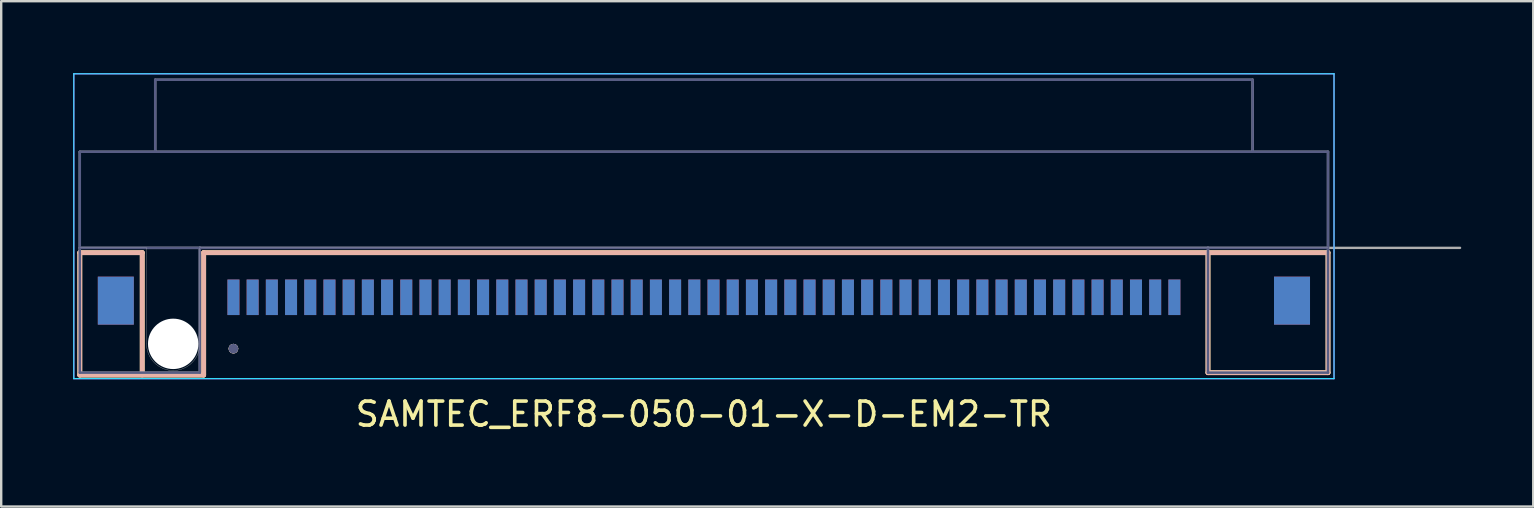
<source format=kicad_pcb>
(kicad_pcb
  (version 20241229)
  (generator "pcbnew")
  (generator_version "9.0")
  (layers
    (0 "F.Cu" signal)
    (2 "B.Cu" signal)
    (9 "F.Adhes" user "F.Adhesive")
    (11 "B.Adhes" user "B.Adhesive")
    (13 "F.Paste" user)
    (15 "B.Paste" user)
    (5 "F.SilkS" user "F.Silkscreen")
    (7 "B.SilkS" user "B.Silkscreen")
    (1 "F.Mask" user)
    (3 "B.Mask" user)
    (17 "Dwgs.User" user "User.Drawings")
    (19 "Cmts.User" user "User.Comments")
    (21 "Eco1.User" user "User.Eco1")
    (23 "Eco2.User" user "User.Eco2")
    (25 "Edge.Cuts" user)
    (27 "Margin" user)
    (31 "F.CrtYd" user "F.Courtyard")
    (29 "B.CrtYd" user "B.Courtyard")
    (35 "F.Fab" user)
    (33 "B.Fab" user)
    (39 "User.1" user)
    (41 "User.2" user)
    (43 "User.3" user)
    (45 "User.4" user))
  (footprint "SAMTEC_ERF8-050-01-X-D-EM2-TR"
    (layer "F.Cu")
    (at 26.275 7.275)
    (property "Reference" "SAMTEC_ERF8-050-01-X-D-EM2-TR" (at 0 6.928 0) (layer "F.SilkS") (effects (font (size 1 1) (thickness 0.15))))
    (attr through_hole)
    (fp_line (start -26 0.2) (end -23.4 0.2) (stroke (width 0.2) (type solid)) (layer "F.SilkS"))
    (fp_line (start -26 5.3) (end -26 0.2) (stroke (width 0.2) (type solid)) (layer "F.SilkS"))
    (fp_line (start -23.4 0.2) (end -23.4 5.2) (stroke (width 0.2) (type solid)) (layer "F.SilkS"))
    (fp_line (start -20.84 0.2) (end -20.84 5.3) (stroke (width 0.2) (type solid)) (layer "F.SilkS"))
    (fp_line (start -20.84 0.2) (end 21 0.2) (stroke (width 0.2) (type solid)) (layer "F.SilkS"))
    (fp_line (start -20.84 5.3) (end -26 5.3) (stroke (width 0.2) (type solid)) (layer "F.SilkS"))
    (fp_line (start 21 0.2) (end 26 0.2) (stroke (width 0.2) (type solid)) (layer "F.SilkS"))
    (fp_line (start 21 5.2) (end 21 0.2) (stroke (width 0.2) (type solid)) (layer "F.SilkS"))
    (fp_line (start 26 0.2) (end 26 5.2) (stroke (width 0.2) (type solid)) (layer "F.SilkS"))
    (fp_line (start 26 5.2) (end 21 5.2) (stroke (width 0.2) (type solid)) (layer "F.SilkS"))
    (fp_circle (center -19.6 4.2) (end -19.5 4.2) (stroke (width 0.2) (type solid)) (fill no) (layer "F.SilkS"))
    (fp_line (start -26 0.2) (end -23.4 0.2) (stroke (width 0.2) (type solid)) (layer "B.SilkS"))
    (fp_line (start -26 5.3) (end -26 0.2) (stroke (width 0.2) (type solid)) (layer "B.SilkS"))
    (fp_line (start -23.4 0.2) (end -23.4 5.3) (stroke (width 0.2) (type solid)) (layer "B.SilkS"))
    (fp_line (start -20.85 5.3) (end -26 5.3) (stroke (width 0.2) (type solid)) (layer "B.SilkS"))
    (fp_line (start -20.84 0.2) (end -20.84 5.3) (stroke (width 0.2) (type solid)) (layer "B.SilkS"))
    (fp_line (start -20.84 0.2) (end 21 0.2) (stroke (width 0.2) (type solid)) (layer "B.SilkS"))
    (fp_line (start 21 0.2) (end 26 0.2) (stroke (width 0.2) (type solid)) (layer "B.SilkS"))
    (fp_line (start 21 5.2) (end 21 0.2) (stroke (width 0.2) (type solid)) (layer "B.SilkS"))
    (fp_line (start 26 0.2) (end 26 5.2) (stroke (width 0.2) (type solid)) (layer "B.SilkS"))
    (fp_line (start 26 5.2) (end 21 5.2) (stroke (width 0.2) (type solid)) (layer "B.SilkS"))
    (fp_circle (center -19.6 4.2) (end -19.5 4.2) (stroke (width 0.2) (type solid)) (fill no) (layer "B.SilkS"))
    (fp_poly (pts (xy -19.6 1.97) (xy -19.42 2.23) (xy -19.42 3.5) (xy -19.78 3.5) (xy -19.78 2.23)) (stroke (width 0.01) (type solid)) (fill yes) (layer "F.Paste"))
    (fp_poly (pts (xy -18.8 1.97) (xy -18.62 2.23) (xy -18.62 3.5) (xy -18.98 3.5) (xy -18.98 2.23)) (stroke (width 0.01) (type solid)) (fill yes) (layer "F.Paste"))
    (fp_poly (pts (xy -18 1.97) (xy -17.82 2.23) (xy -17.82 3.5) (xy -18.18 3.5) (xy -18.18 2.23)) (stroke (width 0.01) (type solid)) (fill yes) (layer "F.Paste"))
    (fp_poly (pts (xy -17.2 1.97) (xy -17.02 2.23) (xy -17.02 3.5) (xy -17.38 3.5) (xy -17.38 2.23)) (stroke (width 0.01) (type solid)) (fill yes) (layer "F.Paste"))
    (fp_poly (pts (xy -16.4 1.97) (xy -16.22 2.23) (xy -16.22 3.5) (xy -16.58 3.5) (xy -16.58 2.23)) (stroke (width 0.01) (type solid)) (fill yes) (layer "F.Paste"))
    (fp_poly (pts (xy -15.6 1.97) (xy -15.42 2.23) (xy -15.42 3.5) (xy -15.78 3.5) (xy -15.78 2.23)) (stroke (width 0.01) (type solid)) (fill yes) (layer "F.Paste"))
    (fp_poly (pts (xy -14.8 1.97) (xy -14.62 2.23) (xy -14.62 3.5) (xy -14.98 3.5) (xy -14.98 2.23)) (stroke (width 0.01) (type solid)) (fill yes) (layer "F.Paste"))
    (fp_poly (pts (xy -14 1.97) (xy -13.82 2.23) (xy -13.82 3.5) (xy -14.18 3.5) (xy -14.18 2.23)) (stroke (width 0.01) (type solid)) (fill yes) (layer "F.Paste"))
    (fp_poly (pts (xy -13.2 1.97) (xy -13.02 2.23) (xy -13.02 3.5) (xy -13.38 3.5) (xy -13.38 2.23)) (stroke (width 0.01) (type solid)) (fill yes) (layer "F.Paste"))
    (fp_poly (pts (xy -12.4 1.97) (xy -12.22 2.23) (xy -12.22 3.5) (xy -12.58 3.5) (xy -12.58 2.23)) (stroke (width 0.01) (type solid)) (fill yes) (layer "F.Paste"))
    (fp_poly (pts (xy -11.6 1.97) (xy -11.42 2.23) (xy -11.42 3.5) (xy -11.78 3.5) (xy -11.78 2.23)) (stroke (width 0.01) (type solid)) (fill yes) (layer "F.Paste"))
    (fp_poly (pts (xy -10.8 1.97) (xy -10.62 2.23) (xy -10.62 3.5) (xy -10.98 3.5) (xy -10.98 2.23)) (stroke (width 0.01) (type solid)) (fill yes) (layer "F.Paste"))
    (fp_poly (pts (xy -10 1.97) (xy -9.82 2.23) (xy -9.82 3.5) (xy -10.18 3.5) (xy -10.18 2.23)) (stroke (width 0.01) (type solid)) (fill yes) (layer "F.Paste"))
    (fp_poly (pts (xy -9.2 1.97) (xy -9.02 2.23) (xy -9.02 3.5) (xy -9.38 3.5) (xy -9.38 2.23)) (stroke (width 0.01) (type solid)) (fill yes) (layer "F.Paste"))
    (fp_poly (pts (xy -8.4 1.97) (xy -8.22 2.23) (xy -8.22 3.5) (xy -8.58 3.5) (xy -8.58 2.23)) (stroke (width 0.01) (type solid)) (fill yes) (layer "F.Paste"))
    (fp_poly (pts (xy -7.6 1.97) (xy -7.42 2.23) (xy -7.42 3.5) (xy -7.78 3.5) (xy -7.78 2.23)) (stroke (width 0.01) (type solid)) (fill yes) (layer "F.Paste"))
    (fp_poly (pts (xy -6.8 1.97) (xy -6.62 2.23) (xy -6.62 3.5) (xy -6.98 3.5) (xy -6.98 2.23)) (stroke (width 0.01) (type solid)) (fill yes) (layer "F.Paste"))
    (fp_poly (pts (xy -6 1.97) (xy -5.82 2.23) (xy -5.82 3.5) (xy -6.18 3.5) (xy -6.18 2.23)) (stroke (width 0.01) (type solid)) (fill yes) (layer "F.Paste"))
    (fp_poly (pts (xy -5.2 1.97) (xy -5.02 2.23) (xy -5.02 3.5) (xy -5.38 3.5) (xy -5.38 2.23)) (stroke (width 0.01) (type solid)) (fill yes) (layer "F.Paste"))
    (fp_poly (pts (xy -4.4 1.97) (xy -4.22 2.23) (xy -4.22 3.5) (xy -4.58 3.5) (xy -4.58 2.23)) (stroke (width 0.01) (type solid)) (fill yes) (layer "F.Paste"))
    (fp_poly (pts (xy -3.6 1.97) (xy -3.42 2.23) (xy -3.42 3.5) (xy -3.78 3.5) (xy -3.78 2.23)) (stroke (width 0.01) (type solid)) (fill yes) (layer "F.Paste"))
    (fp_poly (pts (xy -2.8 1.97) (xy -2.62 2.23) (xy -2.62 3.5) (xy -2.98 3.5) (xy -2.98 2.23)) (stroke (width 0.01) (type solid)) (fill yes) (layer "F.Paste"))
    (fp_poly (pts (xy -2 1.97) (xy -1.82 2.23) (xy -1.82 3.5) (xy -2.18 3.5) (xy -2.18 2.23)) (stroke (width 0.01) (type solid)) (fill yes) (layer "F.Paste"))
    (fp_poly (pts (xy -1.2 1.97) (xy -1.02 2.23) (xy -1.02 3.5) (xy -1.38 3.5) (xy -1.38 2.23)) (stroke (width 0.01) (type solid)) (fill yes) (layer "F.Paste"))
    (fp_poly (pts (xy -0.4 1.97) (xy -0.22 2.23) (xy -0.22 3.5) (xy -0.58 3.5) (xy -0.58 2.23)) (stroke (width 0.01) (type solid)) (fill yes) (layer "F.Paste"))
    (fp_poly (pts (xy 0.4 1.97) (xy 0.58 2.23) (xy 0.58 3.5) (xy 0.22 3.5) (xy 0.22 2.23)) (stroke (width 0.01) (type solid)) (fill yes) (layer "F.Paste"))
    (fp_poly (pts (xy 1.2 1.97) (xy 1.38 2.23) (xy 1.38 3.5) (xy 1.02 3.5) (xy 1.02 2.23)) (stroke (width 0.01) (type solid)) (fill yes) (layer "F.Paste"))
    (fp_poly (pts (xy 2 1.97) (xy 2.18 2.23) (xy 2.18 3.5) (xy 1.82 3.5) (xy 1.82 2.23)) (stroke (width 0.01) (type solid)) (fill yes) (layer "F.Paste"))
    (fp_poly (pts (xy 2.8 1.97) (xy 2.98 2.23) (xy 2.98 3.5) (xy 2.62 3.5) (xy 2.62 2.23)) (stroke (width 0.01) (type solid)) (fill yes) (layer "F.Paste"))
    (fp_poly (pts (xy 3.6 1.97) (xy 3.78 2.23) (xy 3.78 3.5) (xy 3.42 3.5) (xy 3.42 2.23)) (stroke (width 0.01) (type solid)) (fill yes) (layer "F.Paste"))
    (fp_poly (pts (xy 4.4 1.97) (xy 4.58 2.23) (xy 4.58 3.5) (xy 4.22 3.5) (xy 4.22 2.23)) (stroke (width 0.01) (type solid)) (fill yes) (layer "F.Paste"))
    (fp_poly (pts (xy 5.2 1.97) (xy 5.38 2.23) (xy 5.38 3.5) (xy 5.02 3.5) (xy 5.02 2.23)) (stroke (width 0.01) (type solid)) (fill yes) (layer "F.Paste"))
    (fp_poly (pts (xy 6 1.97) (xy 6.18 2.23) (xy 6.18 3.5) (xy 5.82 3.5) (xy 5.82 2.23)) (stroke (width 0.01) (type solid)) (fill yes) (layer "F.Paste"))
    (fp_poly (pts (xy 6.8 1.97) (xy 6.98 2.23) (xy 6.98 3.5) (xy 6.62 3.5) (xy 6.62 2.23)) (stroke (width 0.01) (type solid)) (fill yes) (layer "F.Paste"))
    (fp_poly (pts (xy 7.6 1.97) (xy 7.78 2.23) (xy 7.78 3.5) (xy 7.42 3.5) (xy 7.42 2.23)) (stroke (width 0.01) (type solid)) (fill yes) (layer "F.Paste"))
    (fp_poly (pts (xy 8.4 1.97) (xy 8.58 2.23) (xy 8.58 3.5) (xy 8.22 3.5) (xy 8.22 2.23)) (stroke (width 0.01) (type solid)) (fill yes) (layer "F.Paste"))
    (fp_poly (pts (xy 9.2 1.97) (xy 9.38 2.23) (xy 9.38 3.5) (xy 9.02 3.5) (xy 9.02 2.23)) (stroke (width 0.01) (type solid)) (fill yes) (layer "F.Paste"))
    (fp_poly (pts (xy 10 1.97) (xy 10.18 2.23) (xy 10.18 3.5) (xy 9.82 3.5) (xy 9.82 2.23)) (stroke (width 0.01) (type solid)) (fill yes) (layer "F.Paste"))
    (fp_poly (pts (xy 10.8 1.97) (xy 10.98 2.23) (xy 10.98 3.5) (xy 10.62 3.5) (xy 10.62 2.23)) (stroke (width 0.01) (type solid)) (fill yes) (layer "F.Paste"))
    (fp_poly (pts (xy 11.6 1.97) (xy 11.78 2.23) (xy 11.78 3.5) (xy 11.42 3.5) (xy 11.42 2.23)) (stroke (width 0.01) (type solid)) (fill yes) (layer "F.Paste"))
    (fp_poly (pts (xy 12.4 1.97) (xy 12.58 2.23) (xy 12.58 3.5) (xy 12.22 3.5) (xy 12.22 2.23)) (stroke (width 0.01) (type solid)) (fill yes) (layer "F.Paste"))
    (fp_poly (pts (xy 13.2 1.97) (xy 13.38 2.23) (xy 13.38 3.5) (xy 13.02 3.5) (xy 13.02 2.23)) (stroke (width 0.01) (type solid)) (fill yes) (layer "F.Paste"))
    (fp_poly (pts (xy 14 1.97) (xy 14.18 2.23) (xy 14.18 3.5) (xy 13.82 3.5) (xy 13.82 2.23)) (stroke (width 0.01) (type solid)) (fill yes) (layer "F.Paste"))
    (fp_poly (pts (xy 14.8 1.97) (xy 14.98 2.23) (xy 14.98 3.5) (xy 14.62 3.5) (xy 14.62 2.23)) (stroke (width 0.01) (type solid)) (fill yes) (layer "F.Paste"))
    (fp_poly (pts (xy 15.6 1.97) (xy 15.78 2.23) (xy 15.78 3.5) (xy 15.42 3.5) (xy 15.42 2.23)) (stroke (width 0.01) (type solid)) (fill yes) (layer "F.Paste"))
    (fp_poly (pts (xy 16.4 1.97) (xy 16.58 2.23) (xy 16.58 3.5) (xy 16.22 3.5) (xy 16.22 2.23)) (stroke (width 0.01) (type solid)) (fill yes) (layer "F.Paste"))
    (fp_poly (pts (xy 17.2 1.97) (xy 17.38 2.23) (xy 17.38 3.5) (xy 17.02 3.5) (xy 17.02 2.23)) (stroke (width 0.01) (type solid)) (fill yes) (layer "F.Paste"))
    (fp_poly (pts (xy 18 1.97) (xy 18.18 2.23) (xy 18.18 3.5) (xy 17.82 3.5) (xy 17.82 2.23)) (stroke (width 0.01) (type solid)) (fill yes) (layer "F.Paste"))
    (fp_poly (pts (xy 18.8 1.97) (xy 18.98 2.23) (xy 18.98 3.5) (xy 18.62 3.5) (xy 18.62 2.23)) (stroke (width 0.01) (type solid)) (fill yes) (layer "F.Paste"))
    (fp_poly (pts (xy 19.6 1.97) (xy 19.78 2.23) (xy 19.78 3.5) (xy 19.42 3.5) (xy 19.42 2.23)) (stroke (width 0.01) (type solid)) (fill yes) (layer "F.Paste"))
    (fp_poly (pts (xy -19.6 1.97) (xy -19.42 2.23) (xy -19.42 3.5) (xy -19.78 3.5) (xy -19.78 2.23)) (stroke (width 0.01) (type solid)) (fill yes) (layer "B.Paste"))
    (fp_poly (pts (xy -18.8 1.97) (xy -18.62 2.23) (xy -18.62 3.5) (xy -18.98 3.5) (xy -18.98 2.23)) (stroke (width 0.01) (type solid)) (fill yes) (layer "B.Paste"))
    (fp_poly (pts (xy -18 1.97) (xy -17.82 2.23) (xy -17.82 3.5) (xy -18.18 3.5) (xy -18.18 2.23)) (stroke (width 0.01) (type solid)) (fill yes) (layer "B.Paste"))
    (fp_poly (pts (xy -17.2 1.97) (xy -17.02 2.23) (xy -17.02 3.5) (xy -17.38 3.5) (xy -17.38 2.23)) (stroke (width 0.01) (type solid)) (fill yes) (layer "B.Paste"))
    (fp_poly (pts (xy -16.4 1.97) (xy -16.22 2.23) (xy -16.22 3.5) (xy -16.58 3.5) (xy -16.58 2.23)) (stroke (width 0.01) (type solid)) (fill yes) (layer "B.Paste"))
    (fp_poly (pts (xy -15.6 1.97) (xy -15.42 2.23) (xy -15.42 3.5) (xy -15.78 3.5) (xy -15.78 2.23)) (stroke (width 0.01) (type solid)) (fill yes) (layer "B.Paste"))
    (fp_poly (pts (xy -14.8 1.97) (xy -14.62 2.23) (xy -14.62 3.5) (xy -14.98 3.5) (xy -14.98 2.23)) (stroke (width 0.01) (type solid)) (fill yes) (layer "B.Paste"))
    (fp_poly (pts (xy -14 1.97) (xy -13.82 2.23) (xy -13.82 3.5) (xy -14.18 3.5) (xy -14.18 2.23)) (stroke (width 0.01) (type solid)) (fill yes) (layer "B.Paste"))
    (fp_poly (pts (xy -13.2 1.97) (xy -13.02 2.23) (xy -13.02 3.5) (xy -13.38 3.5) (xy -13.38 2.23)) (stroke (width 0.01) (type solid)) (fill yes) (layer "B.Paste"))
    (fp_poly (pts (xy -12.4 1.97) (xy -12.22 2.23) (xy -12.22 3.5) (xy -12.58 3.5) (xy -12.58 2.23)) (stroke (width 0.01) (type solid)) (fill yes) (layer "B.Paste"))
    (fp_poly (pts (xy -11.6 1.97) (xy -11.42 2.23) (xy -11.42 3.5) (xy -11.78 3.5) (xy -11.78 2.23)) (stroke (width 0.01) (type solid)) (fill yes) (layer "B.Paste"))
    (fp_poly (pts (xy -10.8 1.97) (xy -10.62 2.23) (xy -10.62 3.5) (xy -10.98 3.5) (xy -10.98 2.23)) (stroke (width 0.01) (type solid)) (fill yes) (layer "B.Paste"))
    (fp_poly (pts (xy -10 1.97) (xy -9.82 2.23) (xy -9.82 3.5) (xy -10.18 3.5) (xy -10.18 2.23)) (stroke (width 0.01) (type solid)) (fill yes) (layer "B.Paste"))
    (fp_poly (pts (xy -9.2 1.97) (xy -9.02 2.23) (xy -9.02 3.5) (xy -9.38 3.5) (xy -9.38 2.23)) (stroke (width 0.01) (type solid)) (fill yes) (layer "B.Paste"))
    (fp_poly (pts (xy -8.4 1.97) (xy -8.22 2.23) (xy -8.22 3.5) (xy -8.58 3.5) (xy -8.58 2.23)) (stroke (width 0.01) (type solid)) (fill yes) (layer "B.Paste"))
    (fp_poly (pts (xy -7.6 1.97) (xy -7.42 2.23) (xy -7.42 3.5) (xy -7.78 3.5) (xy -7.78 2.23)) (stroke (width 0.01) (type solid)) (fill yes) (layer "B.Paste"))
    (fp_poly (pts (xy -6.8 1.97) (xy -6.62 2.23) (xy -6.62 3.5) (xy -6.98 3.5) (xy -6.98 2.23)) (stroke (width 0.01) (type solid)) (fill yes) (layer "B.Paste"))
    (fp_poly (pts (xy -6 1.97) (xy -5.82 2.23) (xy -5.82 3.5) (xy -6.18 3.5) (xy -6.18 2.23)) (stroke (width 0.01) (type solid)) (fill yes) (layer "B.Paste"))
    (fp_poly (pts (xy -5.2 1.97) (xy -5.02 2.23) (xy -5.02 3.5) (xy -5.38 3.5) (xy -5.38 2.23)) (stroke (width 0.01) (type solid)) (fill yes) (layer "B.Paste"))
    (fp_poly (pts (xy -4.4 1.97) (xy -4.22 2.23) (xy -4.22 3.5) (xy -4.58 3.5) (xy -4.58 2.23)) (stroke (width 0.01) (type solid)) (fill yes) (layer "B.Paste"))
    (fp_poly (pts (xy -3.6 1.97) (xy -3.42 2.23) (xy -3.42 3.5) (xy -3.78 3.5) (xy -3.78 2.23)) (stroke (width 0.01) (type solid)) (fill yes) (layer "B.Paste"))
    (fp_poly (pts (xy -2.8 1.97) (xy -2.62 2.23) (xy -2.62 3.5) (xy -2.98 3.5) (xy -2.98 2.23)) (stroke (width 0.01) (type solid)) (fill yes) (layer "B.Paste"))
    (fp_poly (pts (xy -2 1.97) (xy -1.82 2.23) (xy -1.82 3.5) (xy -2.18 3.5) (xy -2.18 2.23)) (stroke (width 0.01) (type solid)) (fill yes) (layer "B.Paste"))
    (fp_poly (pts (xy -1.2 1.97) (xy -1.02 2.23) (xy -1.02 3.5) (xy -1.38 3.5) (xy -1.38 2.23)) (stroke (width 0.01) (type solid)) (fill yes) (layer "B.Paste"))
    (fp_poly (pts (xy -0.4 1.97) (xy -0.22 2.23) (xy -0.22 3.5) (xy -0.58 3.5) (xy -0.58 2.23)) (stroke (width 0.01) (type solid)) (fill yes) (layer "B.Paste"))
    (fp_poly (pts (xy 0.4 1.97) (xy 0.58 2.23) (xy 0.58 3.5) (xy 0.22 3.5) (xy 0.22 2.23)) (stroke (width 0.01) (type solid)) (fill yes) (layer "B.Paste"))
    (fp_poly (pts (xy 1.2 1.97) (xy 1.38 2.23) (xy 1.38 3.5) (xy 1.02 3.5) (xy 1.02 2.23)) (stroke (width 0.01) (type solid)) (fill yes) (layer "B.Paste"))
    (fp_poly (pts (xy 2 1.97) (xy 2.18 2.23) (xy 2.18 3.5) (xy 1.82 3.5) (xy 1.82 2.23)) (stroke (width 0.01) (type solid)) (fill yes) (layer "B.Paste"))
    (fp_poly (pts (xy 2.8 1.97) (xy 2.98 2.23) (xy 2.98 3.5) (xy 2.62 3.5) (xy 2.62 2.23)) (stroke (width 0.01) (type solid)) (fill yes) (layer "B.Paste"))
    (fp_poly (pts (xy 3.6 1.97) (xy 3.78 2.23) (xy 3.78 3.5) (xy 3.42 3.5) (xy 3.42 2.23)) (stroke (width 0.01) (type solid)) (fill yes) (layer "B.Paste"))
    (fp_poly (pts (xy 4.4 1.97) (xy 4.58 2.23) (xy 4.58 3.5) (xy 4.22 3.5) (xy 4.22 2.23)) (stroke (width 0.01) (type solid)) (fill yes) (layer "B.Paste"))
    (fp_poly (pts (xy 5.2 1.97) (xy 5.38 2.23) (xy 5.38 3.5) (xy 5.02 3.5) (xy 5.02 2.23)) (stroke (width 0.01) (type solid)) (fill yes) (layer "B.Paste"))
    (fp_poly (pts (xy 6 1.97) (xy 6.18 2.23) (xy 6.18 3.5) (xy 5.82 3.5) (xy 5.82 2.23)) (stroke (width 0.01) (type solid)) (fill yes) (layer "B.Paste"))
    (fp_poly (pts (xy 6.8 1.97) (xy 6.98 2.23) (xy 6.98 3.5) (xy 6.62 3.5) (xy 6.62 2.23)) (stroke (width 0.01) (type solid)) (fill yes) (layer "B.Paste"))
    (fp_poly (pts (xy 7.6 1.97) (xy 7.78 2.23) (xy 7.78 3.5) (xy 7.42 3.5) (xy 7.42 2.23)) (stroke (width 0.01) (type solid)) (fill yes) (layer "B.Paste"))
    (fp_poly (pts (xy 8.4 1.97) (xy 8.58 2.23) (xy 8.58 3.5) (xy 8.22 3.5) (xy 8.22 2.23)) (stroke (width 0.01) (type solid)) (fill yes) (layer "B.Paste"))
    (fp_poly (pts (xy 9.2 1.97) (xy 9.38 2.23) (xy 9.38 3.5) (xy 9.02 3.5) (xy 9.02 2.23)) (stroke (width 0.01) (type solid)) (fill yes) (layer "B.Paste"))
    (fp_poly (pts (xy 10 1.97) (xy 10.18 2.23) (xy 10.18 3.5) (xy 9.82 3.5) (xy 9.82 2.23)) (stroke (width 0.01) (type solid)) (fill yes) (layer "B.Paste"))
    (fp_poly (pts (xy 10.8 1.97) (xy 10.98 2.23) (xy 10.98 3.5) (xy 10.62 3.5) (xy 10.62 2.23)) (stroke (width 0.01) (type solid)) (fill yes) (layer "B.Paste"))
    (fp_poly (pts (xy 11.6 1.97) (xy 11.78 2.23) (xy 11.78 3.5) (xy 11.42 3.5) (xy 11.42 2.23)) (stroke (width 0.01) (type solid)) (fill yes) (layer "B.Paste"))
    (fp_poly (pts (xy 12.4 1.97) (xy 12.58 2.23) (xy 12.58 3.5) (xy 12.22 3.5) (xy 12.22 2.23)) (stroke (width 0.01) (type solid)) (fill yes) (layer "B.Paste"))
    (fp_poly (pts (xy 13.2 1.97) (xy 13.38 2.23) (xy 13.38 3.5) (xy 13.02 3.5) (xy 13.02 2.23)) (stroke (width 0.01) (type solid)) (fill yes) (layer "B.Paste"))
    (fp_poly (pts (xy 14 1.97) (xy 14.18 2.23) (xy 14.18 3.5) (xy 13.82 3.5) (xy 13.82 2.23)) (stroke (width 0.01) (type solid)) (fill yes) (layer "B.Paste"))
    (fp_poly (pts (xy 14.8 1.97) (xy 14.98 2.23) (xy 14.98 3.5) (xy 14.62 3.5) (xy 14.62 2.23)) (stroke (width 0.01) (type solid)) (fill yes) (layer "B.Paste"))
    (fp_poly (pts (xy 15.6 1.97) (xy 15.78 2.23) (xy 15.78 3.5) (xy 15.42 3.5) (xy 15.42 2.23)) (stroke (width 0.01) (type solid)) (fill yes) (layer "B.Paste"))
    (fp_poly (pts (xy 16.4 1.97) (xy 16.58 2.23) (xy 16.58 3.5) (xy 16.22 3.5) (xy 16.22 2.23)) (stroke (width 0.01) (type solid)) (fill yes) (layer "B.Paste"))
    (fp_poly (pts (xy 17.2 1.97) (xy 17.38 2.23) (xy 17.38 3.5) (xy 17.02 3.5) (xy 17.02 2.23)) (stroke (width 0.01) (type solid)) (fill yes) (layer "B.Paste"))
    (fp_poly (pts (xy 18 1.97) (xy 18.18 2.23) (xy 18.18 3.5) (xy 17.82 3.5) (xy 17.82 2.23)) (stroke (width 0.01) (type solid)) (fill yes) (layer "B.Paste"))
    (fp_poly (pts (xy 18.8 1.97) (xy 18.98 2.23) (xy 18.98 3.5) (xy 18.62 3.5) (xy 18.62 2.23)) (stroke (width 0.01) (type solid)) (fill yes) (layer "B.Paste"))
    (fp_poly (pts (xy 19.6 1.97) (xy 19.78 2.23) (xy 19.78 3.5) (xy 19.42 3.5) (xy 19.42 2.23)) (stroke (width 0.01) (type solid)) (fill yes) (layer "B.Paste"))
    (fp_line (start -23.22 0) (end -26 0) (stroke (width 0.01) (type solid)) (layer "Edge.Cuts"))
    (fp_line (start -23.22 4) (end -23.22 0) (stroke (width 0.01) (type solid)) (layer "Edge.Cuts"))
    (fp_line (start -21 0) (end -21 4) (stroke (width 0.01) (type solid)) (layer "Edge.Cuts"))
    (fp_line (start 26 0) (end -21 0) (stroke (width 0.01) (type solid)) (layer "Edge.Cuts"))
    (fp_arc (start -22.11 5.11) (mid -22.894889 4.784889) (end -23.22 4) (stroke (width 0.01) (type solid)) (layer "Edge.Cuts"))
    (fp_arc (start -21 4) (mid -21.325111 4.784889) (end -22.11 5.11) (stroke (width 0.01) (type solid)) (layer "Edge.Cuts"))
    (fp_line (start -26.25 -7.25) (end 26.25 -7.25) (stroke (width 0.05) (type solid)) (layer "B.CrtYd"))
    (fp_line (start -26.25 5.45) (end -26.25 -7.25) (stroke (width 0.05) (type solid)) (layer "B.CrtYd"))
    (fp_line (start 26.25 -7.25) (end 26.25 5.45) (stroke (width 0.05) (type solid)) (layer "B.CrtYd"))
    (fp_line (start 26.25 5.45) (end -26.25 5.45) (stroke (width 0.05) (type solid)) (layer "B.CrtYd"))
    (fp_line (start -26.25 -7.25) (end 26.25 -7.25) (stroke (width 0.05) (type solid)) (layer "F.CrtYd"))
    (fp_line (start -26.25 5.45) (end -26.25 -7.25) (stroke (width 0.05) (type solid)) (layer "F.CrtYd"))
    (fp_line (start 26.25 -7.25) (end 26.25 5.45) (stroke (width 0.05) (type solid)) (layer "F.CrtYd"))
    (fp_line (start 26.25 5.45) (end -26.25 5.45) (stroke (width 0.05) (type solid)) (layer "F.CrtYd"))
    (fp_line (start -26 -4) (end -22.86 -4) (stroke (width 0.1) (type solid)) (layer "B.Fab"))
    (fp_line (start -26 0) (end -26 -4) (stroke (width 0.1) (type solid)) (layer "B.Fab"))
    (fp_line (start -26 0) (end -21 0) (stroke (width 0.1) (type solid)) (layer "B.Fab"))
    (fp_line (start -26 5.2) (end -26 0) (stroke (width 0.1) (type solid)) (layer "B.Fab"))
    (fp_line (start -26 5.2) (end -21 5.2) (stroke (width 0.1) (type solid)) (layer "B.Fab"))
    (fp_line (start -22.86 -7) (end 22.86 -7) (stroke (width 0.1) (type solid)) (layer "B.Fab"))
    (fp_line (start -22.86 -4) (end -22.86 -7) (stroke (width 0.1) (type solid)) (layer "B.Fab"))
    (fp_line (start -22.86 -4) (end 22.86 -4) (stroke (width 0.1) (type solid)) (layer "B.Fab"))
    (fp_line (start -21 0) (end 21 0) (stroke (width 0.1) (type solid)) (layer "B.Fab"))
    (fp_line (start -21 5.2) (end -21 0) (stroke (width 0.1) (type solid)) (layer "B.Fab"))
    (fp_line (start 21 0) (end 21 5.2) (stroke (width 0.1) (type solid)) (layer "B.Fab"))
    (fp_line (start 21 0) (end 26 0) (stroke (width 0.1) (type solid)) (layer "B.Fab"))
    (fp_line (start 21 5.2) (end 26 5.2) (stroke (width 0.1) (type solid)) (layer "B.Fab"))
    (fp_line (start 22.86 -7) (end 22.86 -4) (stroke (width 0.1) (type solid)) (layer "B.Fab"))
    (fp_line (start 22.86 -4) (end 26 -4) (stroke (width 0.1) (type solid)) (layer "B.Fab"))
    (fp_line (start 26 -4) (end 26 0) (stroke (width 0.1) (type solid)) (layer "B.Fab"))
    (fp_line (start 26 0) (end 26 5.2) (stroke (width 0.1) (type solid)) (layer "B.Fab"))
    (fp_circle (center -19.6 4.2) (end -19.5 4.2) (stroke (width 0.2) (type solid)) (fill no) (layer "B.Fab"))
    (fp_line (start -26 -4) (end -22.86 -4) (stroke (width 0.1) (type solid)) (layer "F.Fab"))
    (fp_line (start -26 0) (end -26 -4) (stroke (width 0.1) (type solid)) (layer "F.Fab"))
    (fp_line (start -26 0) (end -21 0) (stroke (width 0.1) (type solid)) (layer "F.Fab"))
    (fp_line (start -26 5.2) (end -26 0) (stroke (width 0.1) (type solid)) (layer "F.Fab"))
    (fp_line (start -26 5.2) (end -21 5.2) (stroke (width 0.1) (type solid)) (layer "F.Fab"))
    (fp_line (start -22.86 -7) (end 22.86 -7) (stroke (width 0.1) (type solid)) (layer "F.Fab"))
    (fp_line (start -22.86 -4) (end -22.86 -7) (stroke (width 0.1) (type solid)) (layer "F.Fab"))
    (fp_line (start -22.86 -4) (end 22.86 -4) (stroke (width 0.1) (type solid)) (layer "F.Fab"))
    (fp_line (start -21 0) (end 21 0) (stroke (width 0.1) (type solid)) (layer "F.Fab"))
    (fp_line (start -21 5.2) (end -21 0) (stroke (width 0.1) (type solid)) (layer "F.Fab"))
    (fp_line (start 21 0) (end 21 5.2) (stroke (width 0.1) (type solid)) (layer "F.Fab"))
    (fp_line (start 21 0) (end 26 0) (stroke (width 0.1) (type solid)) (layer "F.Fab"))
    (fp_line (start 21 5.2) (end 26 5.2) (stroke (width 0.1) (type solid)) (layer "F.Fab"))
    (fp_line (start 22.86 -7) (end 22.86 -4) (stroke (width 0.1) (type solid)) (layer "F.Fab"))
    (fp_line (start 22.86 -4) (end 26 -4) (stroke (width 0.1) (type solid)) (layer "F.Fab"))
    (fp_line (start 26 -4) (end 26 0) (stroke (width 0.1) (type solid)) (layer "F.Fab"))
    (fp_line (start 26 0) (end 26 5.2) (stroke (width 0.1) (type solid)) (layer "F.Fab"))
    (fp_line (start 26 0) (end 31.5 0) (stroke (width 0.1) (type solid)) (layer "F.Fab"))
    (fp_circle (center -19.6 4.2) (end -19.5 4.2) (stroke (width 0.2) (type solid)) (fill no) (layer "F.Fab"))
    (pad "" np_thru_hole circle (at -22.11 4) (size 2.1 2.1) (drill 2.22) (layers "*.Cu" "*.Mask"))
    (pad "01" smd rect (at -19.6 2.06) (size 0.5 1.48) (layers "F.Cu" "F.Mask"))
    (pad "02" smd rect (at -19.6 2.06) (size 0.5 1.48) (layers "B.Cu" "B.Mask"))
    (pad "03" smd rect (at -18.8 2.06) (size 0.5 1.48) (layers "F.Cu" "F.Mask"))
    (pad "04" smd rect (at -18.8 2.06) (size 0.5 1.48) (layers "B.Cu" "B.Mask"))
    (pad "05" smd rect (at -18 2.06) (size 0.5 1.48) (layers "F.Cu" "F.Mask"))
    (pad "06" smd rect (at -18 2.06) (size 0.5 1.48) (layers "B.Cu" "B.Mask"))
    (pad "07" smd rect (at -17.2 2.06) (size 0.5 1.48) (layers "F.Cu" "F.Mask"))
    (pad "08" smd rect (at -17.2 2.06) (size 0.5 1.48) (layers "B.Cu" "B.Mask"))
    (pad "09" smd rect (at -16.4 2.06) (size 0.5 1.48) (layers "F.Cu" "F.Mask"))
    (pad "10" smd rect (at -16.4 2.06) (size 0.5 1.48) (layers "B.Cu" "B.Mask"))
    (pad "11" smd rect (at -15.6 2.06) (size 0.5 1.48) (layers "F.Cu" "F.Mask"))
    (pad "12" smd rect (at -15.6 2.06) (size 0.5 1.48) (layers "B.Cu" "B.Mask"))
    (pad "13" smd rect (at -14.8 2.06) (size 0.5 1.48) (layers "F.Cu" "F.Mask"))
    (pad "14" smd rect (at -14.8 2.06) (size 0.5 1.48) (layers "B.Cu" "B.Mask"))
    (pad "15" smd rect (at -14 2.06) (size 0.5 1.48) (layers "F.Cu" "F.Mask"))
    (pad "16" smd rect (at -14 2.06) (size 0.5 1.48) (layers "B.Cu" "B.Mask"))
    (pad "17" smd rect (at -13.2 2.06) (size 0.5 1.48) (layers "F.Cu" "F.Mask"))
    (pad "18" smd rect (at -13.2 2.06) (size 0.5 1.48) (layers "B.Cu" "B.Mask"))
    (pad "19" smd rect (at -12.4 2.06) (size 0.5 1.48) (layers "F.Cu" "F.Mask"))
    (pad "20" smd rect (at -12.4 2.06) (size 0.5 1.48) (layers "B.Cu" "B.Mask"))
    (pad "21" smd rect (at -11.6 2.06) (size 0.5 1.48) (layers "F.Cu" "F.Mask"))
    (pad "22" smd rect (at -11.6 2.06) (size 0.5 1.48) (layers "B.Cu" "B.Mask"))
    (pad "23" smd rect (at -10.8 2.06) (size 0.5 1.48) (layers "F.Cu" "F.Mask"))
    (pad "24" smd rect (at -10.8 2.06) (size 0.5 1.48) (layers "B.Cu" "B.Mask"))
    (pad "25" smd rect (at -10 2.06) (size 0.5 1.48) (layers "F.Cu" "F.Mask"))
    (pad "26" smd rect (at -10 2.06) (size 0.5 1.48) (layers "B.Cu" "B.Mask"))
    (pad "27" smd rect (at -9.2 2.06) (size 0.5 1.48) (layers "F.Cu" "F.Mask"))
    (pad "28" smd rect (at -9.2 2.06) (size 0.5 1.48) (layers "B.Cu" "B.Mask"))
    (pad "29" smd rect (at -8.4 2.06) (size 0.5 1.48) (layers "F.Cu" "F.Mask"))
    (pad "30" smd rect (at -8.4 2.06) (size 0.5 1.48) (layers "B.Cu" "B.Mask"))
    (pad "31" smd rect (at -7.6 2.06) (size 0.5 1.48) (layers "F.Cu" "F.Mask"))
    (pad "32" smd rect (at -7.6 2.06) (size 0.5 1.48) (layers "B.Cu" "B.Mask"))
    (pad "33" smd rect (at -6.8 2.06) (size 0.5 1.48) (layers "F.Cu" "F.Mask"))
    (pad "34" smd rect (at -6.8 2.06) (size 0.5 1.48) (layers "B.Cu" "B.Mask"))
    (pad "35" smd rect (at -6 2.06) (size 0.5 1.48) (layers "F.Cu" "F.Mask"))
    (pad "36" smd rect (at -6 2.06) (size 0.5 1.48) (layers "B.Cu" "B.Mask"))
    (pad "37" smd rect (at -5.2 2.06) (size 0.5 1.48) (layers "F.Cu" "F.Mask"))
    (pad "38" smd rect (at -5.2 2.06) (size 0.5 1.48) (layers "B.Cu" "B.Mask"))
    (pad "39" smd rect (at -4.4 2.06) (size 0.5 1.48) (layers "F.Cu" "F.Mask"))
    (pad "40" smd rect (at -4.4 2.06) (size 0.5 1.48) (layers "B.Cu" "B.Mask"))
    (pad "41" smd rect (at -3.6 2.06) (size 0.5 1.48) (layers "F.Cu" "F.Mask"))
    (pad "42" smd rect (at -3.6 2.06) (size 0.5 1.48) (layers "B.Cu" "B.Mask"))
    (pad "43" smd rect (at -2.8 2.06) (size 0.5 1.48) (layers "F.Cu" "F.Mask"))
    (pad "44" smd rect (at -2.8 2.06) (size 0.5 1.48) (layers "B.Cu" "B.Mask"))
    (pad "45" smd rect (at -2 2.06) (size 0.5 1.48) (layers "F.Cu" "F.Mask"))
    (pad "46" smd rect (at -2 2.06) (size 0.5 1.48) (layers "B.Cu" "B.Mask"))
    (pad "47" smd rect (at -1.2 2.06) (size 0.5 1.48) (layers "F.Cu" "F.Mask"))
    (pad "48" smd rect (at -1.2 2.06) (size 0.5 1.48) (layers "B.Cu" "B.Mask"))
    (pad "49" smd rect (at -0.4 2.06) (size 0.5 1.48) (layers "F.Cu" "F.Mask"))
    (pad "50" smd rect (at -0.4 2.06) (size 0.5 1.48) (layers "B.Cu" "B.Mask"))
    (pad "51" smd rect (at 0.4 2.06) (size 0.5 1.48) (layers "F.Cu" "F.Mask"))
    (pad "52" smd rect (at 0.4 2.06) (size 0.5 1.48) (layers "B.Cu" "B.Mask"))
    (pad "53" smd rect (at 1.2 2.06) (size 0.5 1.48) (layers "F.Cu" "F.Mask"))
    (pad "54" smd rect (at 1.2 2.06) (size 0.5 1.48) (layers "B.Cu" "B.Mask"))
    (pad "55" smd rect (at 2 2.06) (size 0.5 1.48) (layers "F.Cu" "F.Mask"))
    (pad "56" smd rect (at 2 2.06) (size 0.5 1.48) (layers "B.Cu" "B.Mask"))
    (pad "57" smd rect (at 2.8 2.06) (size 0.5 1.48) (layers "F.Cu" "F.Mask"))
    (pad "58" smd rect (at 2.8 2.06) (size 0.5 1.48) (layers "B.Cu" "B.Mask"))
    (pad "59" smd rect (at 3.6 2.06) (size 0.5 1.48) (layers "F.Cu" "F.Mask"))
    (pad "60" smd rect (at 3.6 2.06) (size 0.5 1.48) (layers "B.Cu" "B.Mask"))
    (pad "61" smd rect (at 4.4 2.06) (size 0.5 1.48) (layers "F.Cu" "F.Mask"))
    (pad "62" smd rect (at 4.4 2.06) (size 0.5 1.48) (layers "B.Cu" "B.Mask"))
    (pad "63" smd rect (at 5.2 2.06) (size 0.5 1.48) (layers "F.Cu" "F.Mask"))
    (pad "64" smd rect (at 5.2 2.06) (size 0.5 1.48) (layers "B.Cu" "B.Mask"))
    (pad "65" smd rect (at 6 2.06) (size 0.5 1.48) (layers "F.Cu" "F.Mask"))
    (pad "66" smd rect (at 6 2.06) (size 0.5 1.48) (layers "B.Cu" "B.Mask"))
    (pad "67" smd rect (at 6.8 2.06) (size 0.5 1.48) (layers "F.Cu" "F.Mask"))
    (pad "68" smd rect (at 6.8 2.06) (size 0.5 1.48) (layers "B.Cu" "B.Mask"))
    (pad "69" smd rect (at 7.6 2.06) (size 0.5 1.48) (layers "F.Cu" "F.Mask"))
    (pad "70" smd rect (at 7.6 2.06) (size 0.5 1.48) (layers "B.Cu" "B.Mask"))
    (pad "71" smd rect (at 8.4 2.06) (size 0.5 1.48) (layers "F.Cu" "F.Mask"))
    (pad "72" smd rect (at 8.4 2.06) (size 0.5 1.48) (layers "B.Cu" "B.Mask"))
    (pad "73" smd rect (at 9.2 2.06) (size 0.5 1.48) (layers "F.Cu" "F.Mask"))
    (pad "74" smd rect (at 9.2 2.06) (size 0.5 1.48) (layers "B.Cu" "B.Mask"))
    (pad "75" smd rect (at 10 2.06) (size 0.5 1.48) (layers "F.Cu" "F.Mask"))
    (pad "76" smd rect (at 10 2.06) (size 0.5 1.48) (layers "B.Cu" "B.Mask"))
    (pad "77" smd rect (at 10.8 2.06) (size 0.5 1.48) (layers "F.Cu" "F.Mask"))
    (pad "78" smd rect (at 10.8 2.06) (size 0.5 1.48) (layers "B.Cu" "B.Mask"))
    (pad "79" smd rect (at 11.6 2.06) (size 0.5 1.48) (layers "F.Cu" "F.Mask"))
    (pad "80" smd rect (at 11.6 2.06) (size 0.5 1.48) (layers "B.Cu" "B.Mask"))
    (pad "81" smd rect (at 12.4 2.06) (size 0.5 1.48) (layers "F.Cu" "F.Mask"))
    (pad "82" smd rect (at 12.4 2.06) (size 0.5 1.48) (layers "B.Cu" "B.Mask"))
    (pad "83" smd rect (at 13.2 2.06) (size 0.5 1.48) (layers "F.Cu" "F.Mask"))
    (pad "84" smd rect (at 13.2 2.06) (size 0.5 1.48) (layers "B.Cu" "B.Mask"))
    (pad "85" smd rect (at 14 2.06) (size 0.5 1.48) (layers "F.Cu" "F.Mask"))
    (pad "86" smd rect (at 14 2.06) (size 0.5 1.48) (layers "B.Cu" "B.Mask"))
    (pad "87" smd rect (at 14.8 2.06) (size 0.5 1.48) (layers "F.Cu" "F.Mask"))
    (pad "88" smd rect (at 14.8 2.06) (size 0.5 1.48) (layers "B.Cu" "B.Mask"))
    (pad "89" smd rect (at 15.6 2.06) (size 0.5 1.48) (layers "F.Cu" "F.Mask"))
    (pad "90" smd rect (at 15.6 2.06) (size 0.5 1.48) (layers "B.Cu" "B.Mask"))
    (pad "91" smd rect (at 16.4 2.06) (size 0.5 1.48) (layers "F.Cu" "F.Mask"))
    (pad "92" smd rect (at 16.4 2.06) (size 0.5 1.48) (layers "B.Cu" "B.Mask"))
    (pad "93" smd rect (at 17.2 2.06) (size 0.5 1.48) (layers "F.Cu" "F.Mask"))
    (pad "94" smd rect (at 17.2 2.06) (size 0.5 1.48) (layers "B.Cu" "B.Mask"))
    (pad "95" smd rect (at 18 2.06) (size 0.5 1.48) (layers "F.Cu" "F.Mask"))
    (pad "96" smd rect (at 18 2.06) (size 0.5 1.48) (layers "B.Cu" "B.Mask"))
    (pad "97" smd rect (at 18.8 2.06) (size 0.5 1.48) (layers "F.Cu" "F.Mask"))
    (pad "98" smd rect (at 18.8 2.06) (size 0.5 1.48) (layers "B.Cu" "B.Mask"))
    (pad "99" smd rect (at 19.6 2.06) (size 0.5 1.48) (layers "F.Cu" "F.Mask"))
    (pad "100" smd rect (at 19.6 2.06) (size 0.5 1.48) (layers "B.Cu" "B.Mask"))
    (pad "S1" smd rect (at -24.5 2.2) (size 1.5 2) (layers "F.Cu" "F.Mask" "F.Paste"))
    (pad "S2" smd rect (at -24.5 2.2) (size 1.5 2) (layers "B.Cu" "B.Mask" "B.Paste"))
    (pad "S3" smd rect (at 24.5 2.2) (size 1.5 2) (layers "F.Cu" "F.Mask" "F.Paste"))
    (pad "S4" smd rect (at 24.5 2.2) (size 1.5 2) (layers "B.Cu" "B.Mask" "B.Paste")))
  (gr_rect
    (start -3 -3)
    (end 60.825 18.051)
    (stroke (width 0.1) (type default))
    (fill no)
    (layer "Edge.Cuts")))
</source>
